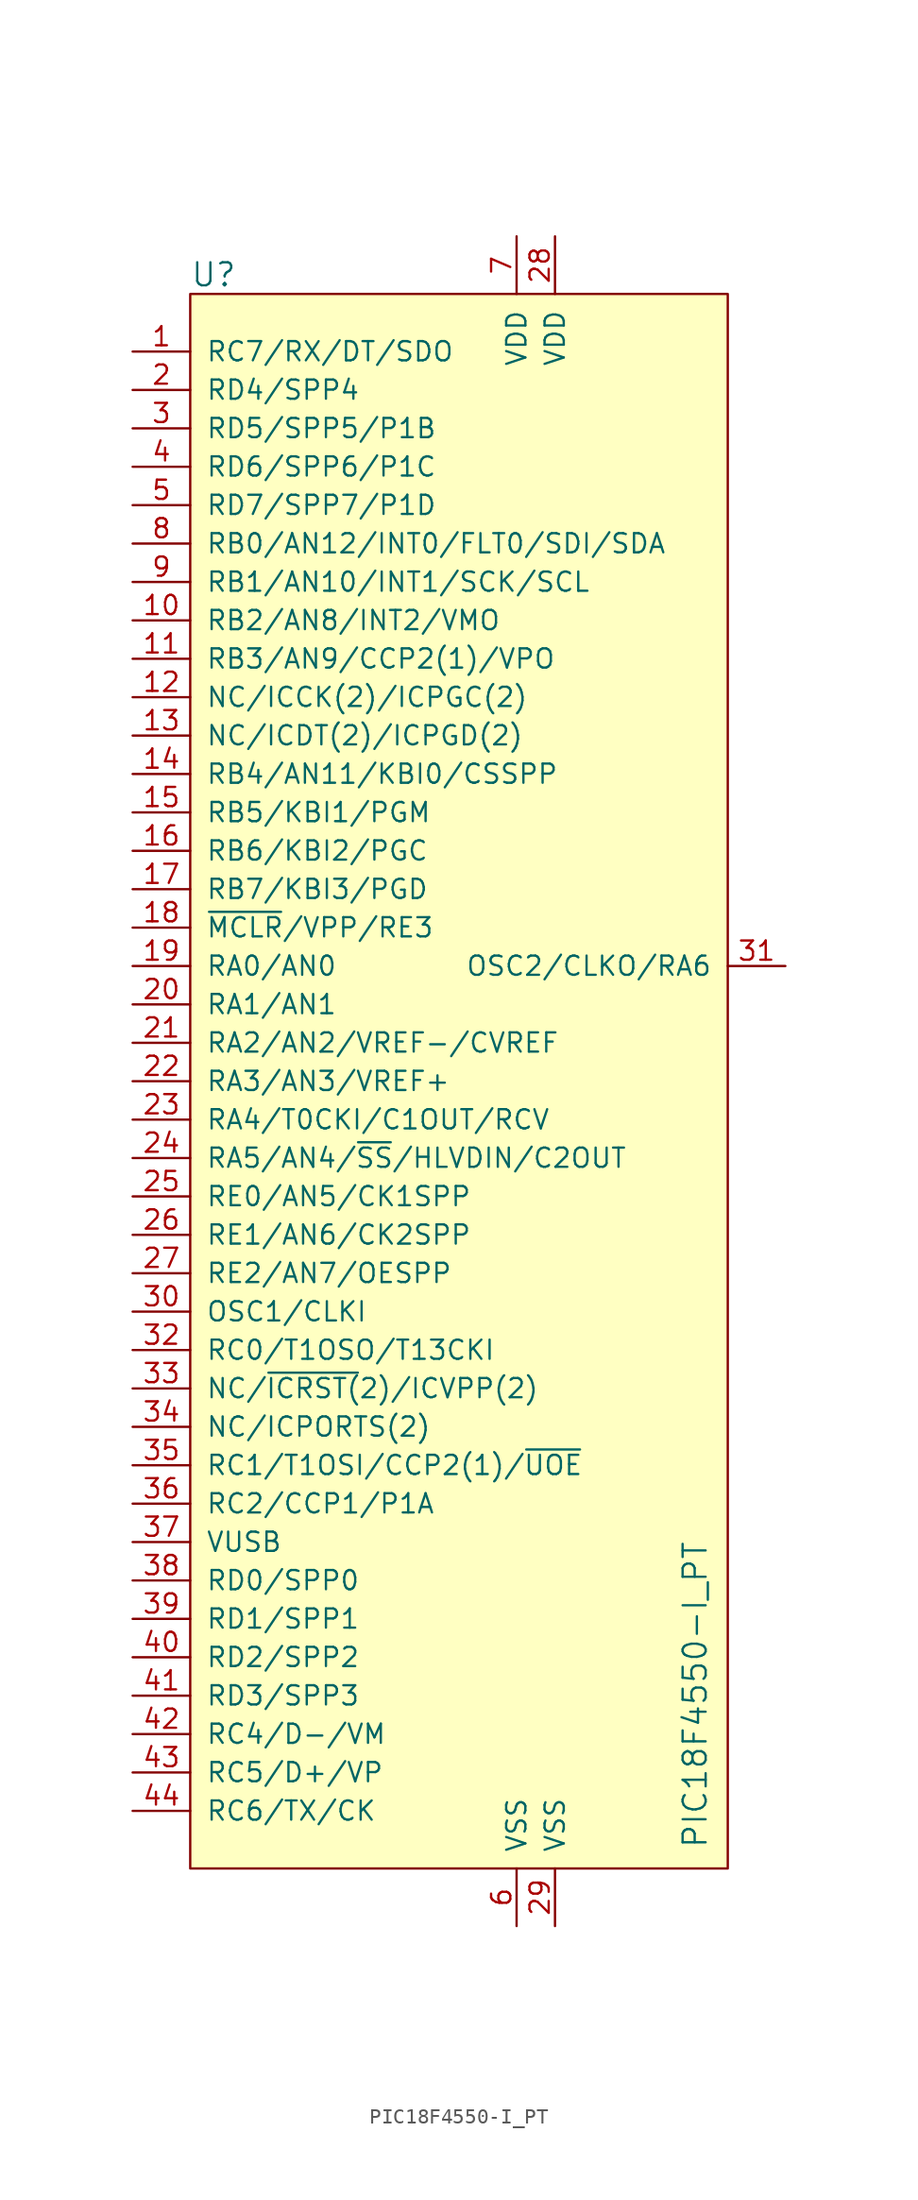
<source format=kicad_sym>
(kicad_symbol_lib
  (version 20220914)
  (generator kicad_symbol_editor)
  (symbol "PIC18F4550-I_PT"
    (pin_names
      (offset 1.016))
    (property "Reference" "U"
      (at -21.59 35.56 0)
      (effects (font (size 1.524 1.524)) (justify left)))
    (property "Value" "PIC18F4550-I_PT"
      (at 12.7 -68.58 90)
      (effects (font (size 1.524 1.524)) (justify left bottom)))
    (symbol "PIC18F4550-I_PT_0_1"
      (rectangle (start -21.59 34.29) (end 13.97 -69.85) (stroke (width 0) (type solid)) (fill (type background))))
    (symbol "PIC18F4550-I_PT_1_1"
      (pin bidirectional line (at -25.4 30.48 0) (length 3.81) (name "RC7/RX/DT/SDO" (effects (font (size 1.27 1.27)))) (number "1" (effects (font (size 1.27 1.27)))))
      (pin bidirectional line (at -25.4 12.7 0) (length 3.81) (name "RB2/AN8/INT2/VMO" (effects (font (size 1.27 1.27)))) (number "10" (effects (font (size 1.27 1.27)))))
      (pin bidirectional line (at -25.4 10.16 0) (length 3.81) (name "RB3/AN9/CCP2(1)/VPO" (effects (font (size 1.27 1.27)))) (number "11" (effects (font (size 1.27 1.27)))))
      (pin bidirectional line (at -25.4 7.62 0) (length 3.81) (name "NC/ICCK(2)/ICPGC(2)" (effects (font (size 1.27 1.27)))) (number "12" (effects (font (size 1.27 1.27)))))
      (pin bidirectional line (at -25.4 5.08 0) (length 3.81) (name "NC/ICDT(2)/ICPGD(2)" (effects (font (size 1.27 1.27)))) (number "13" (effects (font (size 1.27 1.27)))))
      (pin bidirectional line (at -25.4 2.54 0) (length 3.81) (name "RB4/AN11/KBI0/CSSPP" (effects (font (size 1.27 1.27)))) (number "14" (effects (font (size 1.27 1.27)))))
      (pin bidirectional line (at -25.4 0 0) (length 3.81) (name "RB5/KBI1/PGM" (effects (font (size 1.27 1.27)))) (number "15" (effects (font (size 1.27 1.27)))))
      (pin bidirectional line (at -25.4 -2.54 0) (length 3.81) (name "RB6/KBI2/PGC" (effects (font (size 1.27 1.27)))) (number "16" (effects (font (size 1.27 1.27)))))
      (pin bidirectional line (at -25.4 -5.08 0) (length 3.81) (name "RB7/KBI3/PGD" (effects (font (size 1.27 1.27)))) (number "17" (effects (font (size 1.27 1.27)))))
      (pin input line (at -25.4 -7.62 0) (length 3.81) (name "~{MCLR}/VPP/RE3" (effects (font (size 1.27 1.27)))) (number "18" (effects (font (size 1.27 1.27)))))
      (pin bidirectional line (at -25.4 -10.16 0) (length 3.81) (name "RA0/AN0" (effects (font (size 1.27 1.27)))) (number "19" (effects (font (size 1.27 1.27)))))
      (pin bidirectional line (at -25.4 27.94 0) (length 3.81) (name "RD4/SPP4" (effects (font (size 1.27 1.27)))) (number "2" (effects (font (size 1.27 1.27)))))
      (pin bidirectional line (at -25.4 -12.7 0) (length 3.81) (name "RA1/AN1" (effects (font (size 1.27 1.27)))) (number "20" (effects (font (size 1.27 1.27)))))
      (pin bidirectional line (at -25.4 -15.24 0) (length 3.81) (name "RA2/AN2/VREF-/CVREF" (effects (font (size 1.27 1.27)))) (number "21" (effects (font (size 1.27 1.27)))))
      (pin bidirectional line (at -25.4 -17.78 0) (length 3.81) (name "RA3/AN3/VREF+" (effects (font (size 1.27 1.27)))) (number "22" (effects (font (size 1.27 1.27)))))
      (pin bidirectional line (at -25.4 -20.32 0) (length 3.81) (name "RA4/T0CKI/C1OUT/RCV" (effects (font (size 1.27 1.27)))) (number "23" (effects (font (size 1.27 1.27)))))
      (pin bidirectional line (at -25.4 -22.86 0) (length 3.81) (name "RA5/AN4/~{SS}/HLVDIN/C2OUT" (effects (font (size 1.27 1.27)))) (number "24" (effects (font (size 1.27 1.27)))))
      (pin bidirectional line (at -25.4 -25.4 0) (length 3.81) (name "RE0/AN5/CK1SPP" (effects (font (size 1.27 1.27)))) (number "25" (effects (font (size 1.27 1.27)))))
      (pin bidirectional line (at -25.4 -27.94 0) (length 3.81) (name "RE1/AN6/CK2SPP" (effects (font (size 1.27 1.27)))) (number "26" (effects (font (size 1.27 1.27)))))
      (pin bidirectional line (at -25.4 -30.48 0) (length 3.81) (name "RE2/AN7/OESPP" (effects (font (size 1.27 1.27)))) (number "27" (effects (font (size 1.27 1.27)))))
      (pin power_in line (at 2.54 38.1 270) (length 3.81) (name "VDD" (effects (font (size 1.27 1.27)))) (number "28" (effects (font (size 1.27 1.27)))))
      (pin power_in line (at 2.54 -73.66 90) (length 3.81) (name "VSS" (effects (font (size 1.27 1.27)))) (number "29" (effects (font (size 1.27 1.27)))))
      (pin bidirectional line (at -25.4 25.4 0) (length 3.81) (name "RD5/SPP5/P1B" (effects (font (size 1.27 1.27)))) (number "3" (effects (font (size 1.27 1.27)))))
      (pin input line (at -25.4 -33.02 0) (length 3.81) (name "OSC1/CLKI" (effects (font (size 1.27 1.27)))) (number "30" (effects (font (size 1.27 1.27)))))
      (pin output line (at 17.78 -10.16 180) (length 3.81) (name "OSC2/CLKO/RA6" (effects (font (size 1.27 1.27)))) (number "31" (effects (font (size 1.27 1.27)))))
      (pin bidirectional line (at -25.4 -35.56 0) (length 3.81) (name "RC0/T1OSO/T13CKI" (effects (font (size 1.27 1.27)))) (number "32" (effects (font (size 1.27 1.27)))))
      (pin input line (at -25.4 -38.1 0) (length 3.81) (name "NC/~{ICRST(}2)/ICVPP(2)" (effects (font (size 1.27 1.27)))) (number "33" (effects (font (size 1.27 1.27)))))
      (pin input line (at -25.4 -40.64 0) (length 3.81) (name "NC/ICPORTS(2)" (effects (font (size 1.27 1.27)))) (number "34" (effects (font (size 1.27 1.27)))))
      (pin bidirectional line (at -25.4 -43.18 0) (length 3.81) (name "RC1/T1OSI/CCP2(1)/~{UOE}" (effects (font (size 1.27 1.27)))) (number "35" (effects (font (size 1.27 1.27)))))
      (pin bidirectional line (at -25.4 -45.72 0) (length 3.81) (name "RC2/CCP1/P1A" (effects (font (size 1.27 1.27)))) (number "36" (effects (font (size 1.27 1.27)))))
      (pin bidirectional line (at -25.4 -48.26 0) (length 3.81) (name "VUSB" (effects (font (size 1.27 1.27)))) (number "37" (effects (font (size 1.27 1.27)))))
      (pin bidirectional line (at -25.4 -50.8 0) (length 3.81) (name "RD0/SPP0" (effects (font (size 1.27 1.27)))) (number "38" (effects (font (size 1.27 1.27)))))
      (pin bidirectional line (at -25.4 -53.34 0) (length 3.81) (name "RD1/SPP1" (effects (font (size 1.27 1.27)))) (number "39" (effects (font (size 1.27 1.27)))))
      (pin bidirectional line (at -25.4 22.86 0) (length 3.81) (name "RD6/SPP6/P1C" (effects (font (size 1.27 1.27)))) (number "4" (effects (font (size 1.27 1.27)))))
      (pin bidirectional line (at -25.4 -55.88 0) (length 3.81) (name "RD2/SPP2" (effects (font (size 1.27 1.27)))) (number "40" (effects (font (size 1.27 1.27)))))
      (pin bidirectional line (at -25.4 -58.42 0) (length 3.81) (name "RD3/SPP3" (effects (font (size 1.27 1.27)))) (number "41" (effects (font (size 1.27 1.27)))))
      (pin bidirectional line (at -25.4 -60.96 0) (length 3.81) (name "RC4/D-/VM" (effects (font (size 1.27 1.27)))) (number "42" (effects (font (size 1.27 1.27)))))
      (pin bidirectional line (at -25.4 -63.5 0) (length 3.81) (name "RC5/D+/VP" (effects (font (size 1.27 1.27)))) (number "43" (effects (font (size 1.27 1.27)))))
      (pin bidirectional line (at -25.4 -66.04 0) (length 3.81) (name "RC6/TX/CK" (effects (font (size 1.27 1.27)))) (number "44" (effects (font (size 1.27 1.27)))))
      (pin bidirectional line (at -25.4 20.32 0) (length 3.81) (name "RD7/SPP7/P1D" (effects (font (size 1.27 1.27)))) (number "5" (effects (font (size 1.27 1.27)))))
      (pin power_in line (at 0 -73.66 90) (length 3.81) (name "VSS" (effects (font (size 1.27 1.27)))) (number "6" (effects (font (size 1.27 1.27)))))
      (pin power_in line (at 0 38.1 270) (length 3.81) (name "VDD" (effects (font (size 1.27 1.27)))) (number "7" (effects (font (size 1.27 1.27)))))
      (pin bidirectional line (at -25.4 17.78 0) (length 3.81) (name "RB0/AN12/INT0/FLT0/SDI/SDA" (effects (font (size 1.27 1.27)))) (number "8" (effects (font (size 1.27 1.27)))))
      (pin bidirectional line (at -25.4 15.24 0) (length 3.81) (name "RB1/AN10/INT1/SCK/SCL" (effects (font (size 1.27 1.27)))) (number "9" (effects (font (size 1.27 1.27))))))))
</source>
